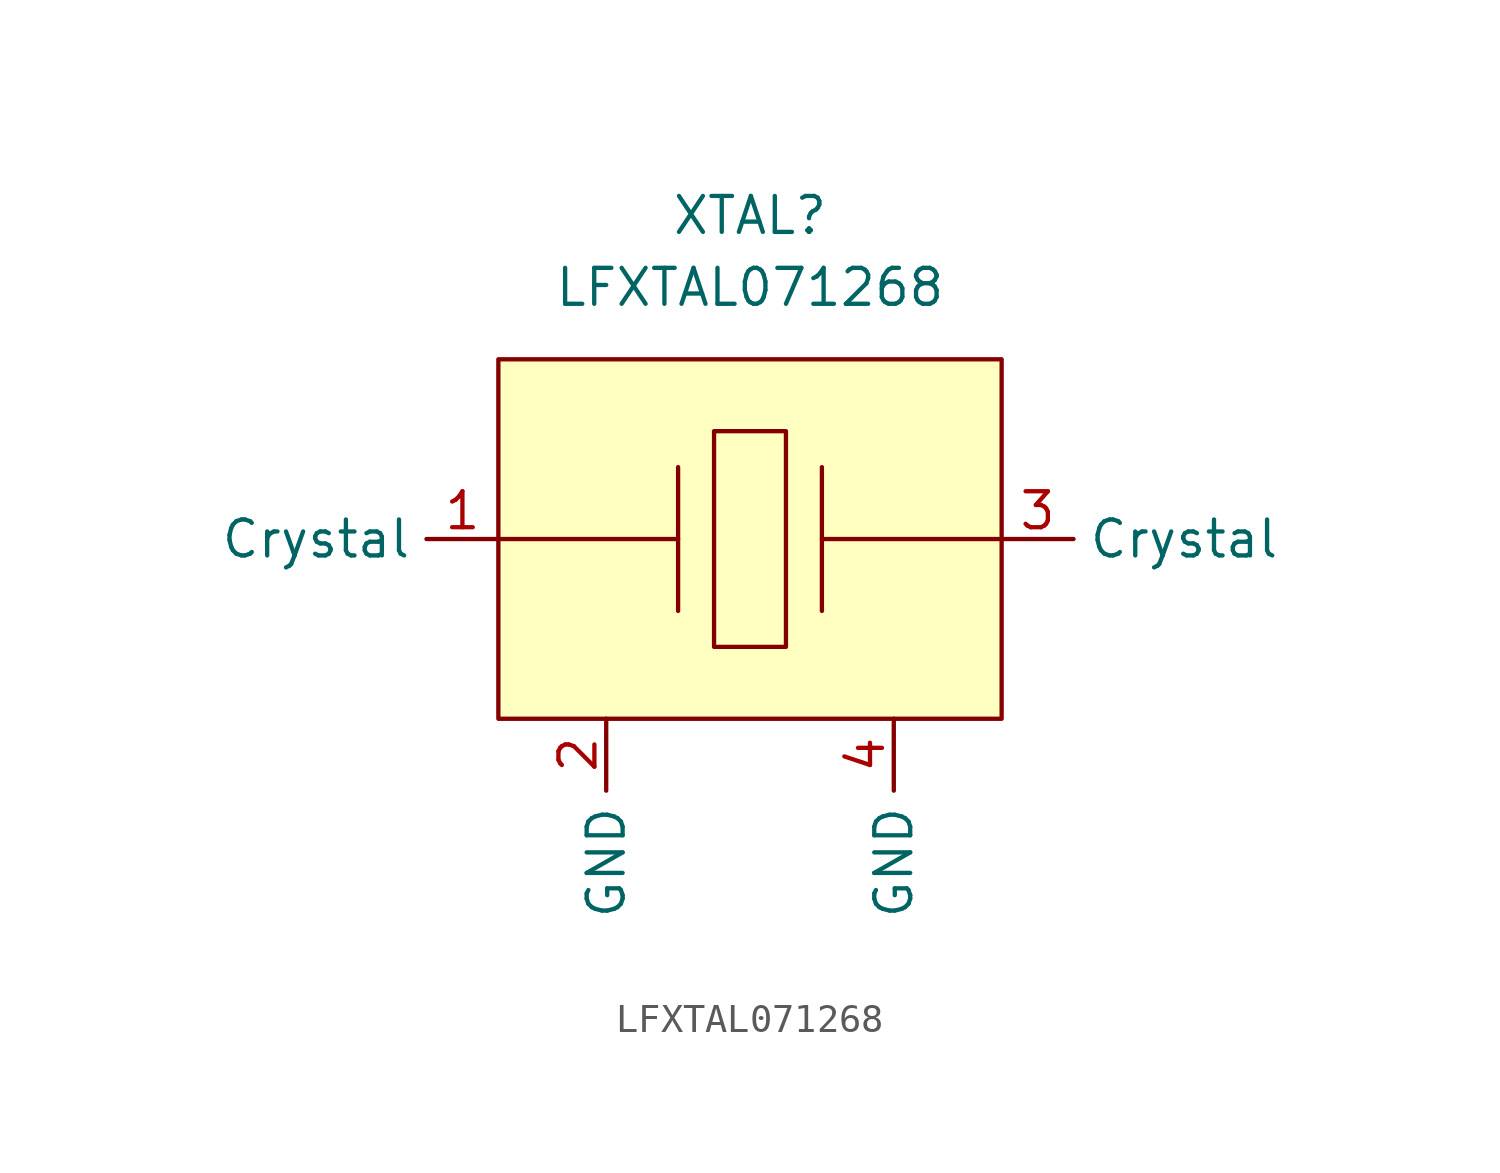
<source format=kicad_sym>
(kicad_symbol_lib
  (version 20211014)
  (generator kicad_symbol_editor)
  (symbol "LFXTAL071268"
    (property "Reference" "XTAL"
      (at 0 11.43 0)
      (effects (font (size 1.27 1.27))))
    (property "Value" "LFXTAL071268"
      (at 0 8.89 0)
      (effects (font (size 1.27 1.27))))
    (symbol "LFXTAL071268_0_1"
      (rectangle (start -8.89 6.35) (end 8.89 -6.35) (stroke (width 0) (type default) (color 0 0 0 0)) (fill (type background)))
      (rectangle (start -1.27 3.81) (end 1.27 -3.81) (stroke (width 0) (type default) (color 0 0 0 0)) (fill (type background)))
      (polyline (pts (xy -2.54 0) (xy -8.89 0)) (stroke (width 0) (type default) (color 0 0 0 0)) (fill (type none)))
      (polyline (pts (xy -2.54 2.54) (xy -2.54 -2.54)) (stroke (width 0) (type default) (color 0 0 0 0)) (fill (type none)))
      (polyline (pts (xy 2.54 0) (xy 8.89 0)) (stroke (width 0) (type default) (color 0 0 0 0)) (fill (type none)))
      (polyline (pts (xy 2.54 2.54) (xy 2.54 -2.54)) (stroke (width 0) (type default) (color 0 0 0 0)) (fill (type none))))
    (symbol "LFXTAL071268_1_1"
      (pin output line (at -8.89 0 180) (length 2.54) (name "Crystal" (effects (font (size 1.27 1.27)))) (number "1" (effects (font (size 1.27 1.27)))))
      (pin power_in line (at -5.08 -6.35 270) (length 2.54) (name "GND" (effects (font (size 1.27 1.27)))) (number "2" (effects (font (size 1.27 1.27)))))
      (pin output line (at 8.89 0 0) (length 2.54) (name "Crystal" (effects (font (size 1.27 1.27)))) (number "3" (effects (font (size 1.27 1.27)))))
      (pin power_in line (at 5.08 -6.35 270) (length 2.54) (name "GND" (effects (font (size 1.27 1.27)))) (number "4" (effects (font (size 1.27 1.27))))))))
</source>
